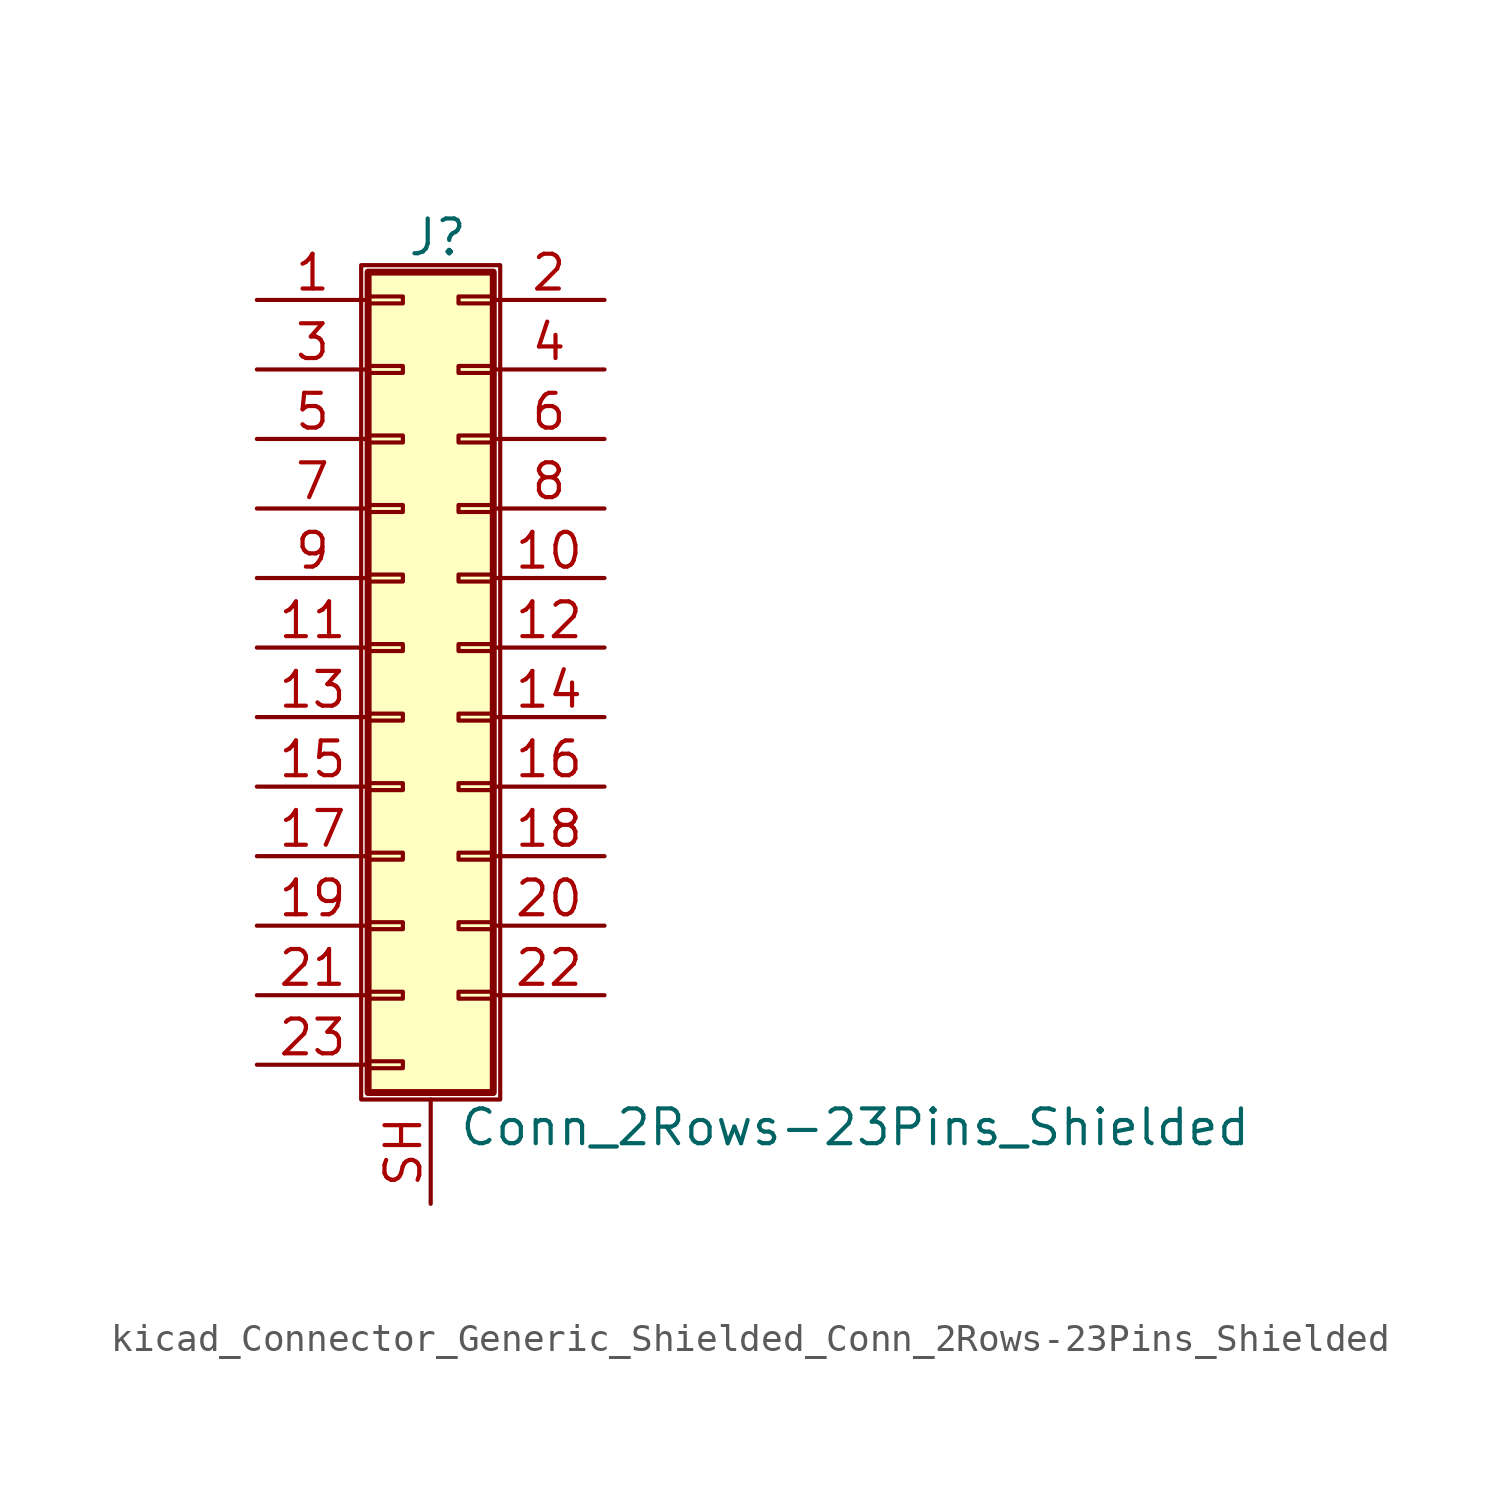
<source format=kicad_sym>
(kicad_symbol_lib
  (version 20220914)
  (generator kicad_symbol_editor)
  (symbol "kicad_Connector_Generic_Shielded_Conn_2Rows-23Pins_Shielded"
    (pin_names
      (offset 1.016) hide)
    (property "Reference" "J"
      (at 1.524 14.986 0)
      (effects (font (size 1.27 1.27))))
    (property "Value" "Conn_2Rows-23Pins_Shielded"
      (at 2.286 -17.526 0)
      (effects (font (size 1.27 1.27)) (justify left)))
    (symbol "kicad_Connector_Generic_Shielded_Conn_2Rows-23Pins_Shielded_1_1"
      (rectangle (start -1.27 13.97) (end 3.81 -16.51) (stroke (width 0.152) (type default)) (fill (type none)))
      (rectangle (start -1.016 -15.113) (end 0.254 -15.367) (stroke (width 0.152) (type default)) (fill (type none)))
      (rectangle (start -1.016 -12.573) (end 0.254 -12.827) (stroke (width 0.152) (type default)) (fill (type none)))
      (rectangle (start -1.016 -10.033) (end 0.254 -10.287) (stroke (width 0.152) (type default)) (fill (type none)))
      (rectangle (start -1.016 -7.493) (end 0.254 -7.747) (stroke (width 0.152) (type default)) (fill (type none)))
      (rectangle (start -1.016 -4.953) (end 0.254 -5.207) (stroke (width 0.152) (type default)) (fill (type none)))
      (rectangle (start -1.016 -2.413) (end 0.254 -2.667) (stroke (width 0.152) (type default)) (fill (type none)))
      (rectangle (start -1.016 0.127) (end 0.254 -0.127) (stroke (width 0.152) (type default)) (fill (type none)))
      (rectangle (start -1.016 2.667) (end 0.254 2.413) (stroke (width 0.152) (type default)) (fill (type none)))
      (rectangle (start -1.016 5.207) (end 0.254 4.953) (stroke (width 0.152) (type default)) (fill (type none)))
      (rectangle (start -1.016 7.747) (end 0.254 7.493) (stroke (width 0.152) (type default)) (fill (type none)))
      (rectangle (start -1.016 10.287) (end 0.254 10.033) (stroke (width 0.152) (type default)) (fill (type none)))
      (rectangle (start -1.016 12.827) (end 0.254 12.573) (stroke (width 0.152) (type default)) (fill (type none)))
      (rectangle (start -1.016 13.716) (end 3.556 -16.256) (stroke (width 0.254) (type default)) (fill (type background)))
      (rectangle (start 3.556 -12.573) (end 2.286 -12.827) (stroke (width 0.152) (type default)) (fill (type none)))
      (rectangle (start 3.556 -10.033) (end 2.286 -10.287) (stroke (width 0.152) (type default)) (fill (type none)))
      (rectangle (start 3.556 -7.493) (end 2.286 -7.747) (stroke (width 0.152) (type default)) (fill (type none)))
      (rectangle (start 3.556 -4.953) (end 2.286 -5.207) (stroke (width 0.152) (type default)) (fill (type none)))
      (rectangle (start 3.556 -2.413) (end 2.286 -2.667) (stroke (width 0.152) (type default)) (fill (type none)))
      (rectangle (start 3.556 0.127) (end 2.286 -0.127) (stroke (width 0.152) (type default)) (fill (type none)))
      (rectangle (start 3.556 2.667) (end 2.286 2.413) (stroke (width 0.152) (type default)) (fill (type none)))
      (rectangle (start 3.556 5.207) (end 2.286 4.953) (stroke (width 0.152) (type default)) (fill (type none)))
      (rectangle (start 3.556 7.747) (end 2.286 7.493) (stroke (width 0.152) (type default)) (fill (type none)))
      (rectangle (start 3.556 10.287) (end 2.286 10.033) (stroke (width 0.152) (type default)) (fill (type none)))
      (rectangle (start 3.556 12.827) (end 2.286 12.573) (stroke (width 0.152) (type default)) (fill (type none)))
      (pin passive line (at -5.08 12.7 0) (length 4.064) (name "Pin_1" (effects (font (size 1.27 1.27)))) (number "1" (effects (font (size 1.27 1.27)))))
      (pin passive line (at 7.62 2.54 180) (length 4.064) (name "Pin_10" (effects (font (size 1.27 1.27)))) (number "10" (effects (font (size 1.27 1.27)))))
      (pin passive line (at -5.08 0 0) (length 4.064) (name "Pin_11" (effects (font (size 1.27 1.27)))) (number "11" (effects (font (size 1.27 1.27)))))
      (pin passive line (at 7.62 0 180) (length 4.064) (name "Pin_12" (effects (font (size 1.27 1.27)))) (number "12" (effects (font (size 1.27 1.27)))))
      (pin passive line (at -5.08 -2.54 0) (length 4.064) (name "Pin_13" (effects (font (size 1.27 1.27)))) (number "13" (effects (font (size 1.27 1.27)))))
      (pin passive line (at 7.62 -2.54 180) (length 4.064) (name "Pin_14" (effects (font (size 1.27 1.27)))) (number "14" (effects (font (size 1.27 1.27)))))
      (pin passive line (at -5.08 -5.08 0) (length 4.064) (name "Pin_15" (effects (font (size 1.27 1.27)))) (number "15" (effects (font (size 1.27 1.27)))))
      (pin passive line (at 7.62 -5.08 180) (length 4.064) (name "Pin_16" (effects (font (size 1.27 1.27)))) (number "16" (effects (font (size 1.27 1.27)))))
      (pin passive line (at -5.08 -7.62 0) (length 4.064) (name "Pin_17" (effects (font (size 1.27 1.27)))) (number "17" (effects (font (size 1.27 1.27)))))
      (pin passive line (at 7.62 -7.62 180) (length 4.064) (name "Pin_18" (effects (font (size 1.27 1.27)))) (number "18" (effects (font (size 1.27 1.27)))))
      (pin passive line (at -5.08 -10.16 0) (length 4.064) (name "Pin_19" (effects (font (size 1.27 1.27)))) (number "19" (effects (font (size 1.27 1.27)))))
      (pin passive line (at 7.62 12.7 180) (length 4.064) (name "Pin_2" (effects (font (size 1.27 1.27)))) (number "2" (effects (font (size 1.27 1.27)))))
      (pin passive line (at 7.62 -10.16 180) (length 4.064) (name "Pin_20" (effects (font (size 1.27 1.27)))) (number "20" (effects (font (size 1.27 1.27)))))
      (pin passive line (at -5.08 -12.7 0) (length 4.064) (name "Pin_21" (effects (font (size 1.27 1.27)))) (number "21" (effects (font (size 1.27 1.27)))))
      (pin passive line (at 7.62 -12.7 180) (length 4.064) (name "Pin_22" (effects (font (size 1.27 1.27)))) (number "22" (effects (font (size 1.27 1.27)))))
      (pin passive line (at -5.08 -15.24 0) (length 4.064) (name "Pin_23" (effects (font (size 1.27 1.27)))) (number "23" (effects (font (size 1.27 1.27)))))
      (pin passive line (at -5.08 10.16 0) (length 4.064) (name "Pin_3" (effects (font (size 1.27 1.27)))) (number "3" (effects (font (size 1.27 1.27)))))
      (pin passive line (at 7.62 10.16 180) (length 4.064) (name "Pin_4" (effects (font (size 1.27 1.27)))) (number "4" (effects (font (size 1.27 1.27)))))
      (pin passive line (at -5.08 7.62 0) (length 4.064) (name "Pin_5" (effects (font (size 1.27 1.27)))) (number "5" (effects (font (size 1.27 1.27)))))
      (pin passive line (at 7.62 7.62 180) (length 4.064) (name "Pin_6" (effects (font (size 1.27 1.27)))) (number "6" (effects (font (size 1.27 1.27)))))
      (pin passive line (at -5.08 5.08 0) (length 4.064) (name "Pin_7" (effects (font (size 1.27 1.27)))) (number "7" (effects (font (size 1.27 1.27)))))
      (pin passive line (at 7.62 5.08 180) (length 4.064) (name "Pin_8" (effects (font (size 1.27 1.27)))) (number "8" (effects (font (size 1.27 1.27)))))
      (pin passive line (at -5.08 2.54 0) (length 4.064) (name "Pin_9" (effects (font (size 1.27 1.27)))) (number "9" (effects (font (size 1.27 1.27)))))
      (pin passive line (at 1.27 -20.32 90) (length 3.81) (name "Shield" (effects (font (size 1.27 1.27)))) (number "SH" (effects (font (size 1.27 1.27))))))))
</source>
